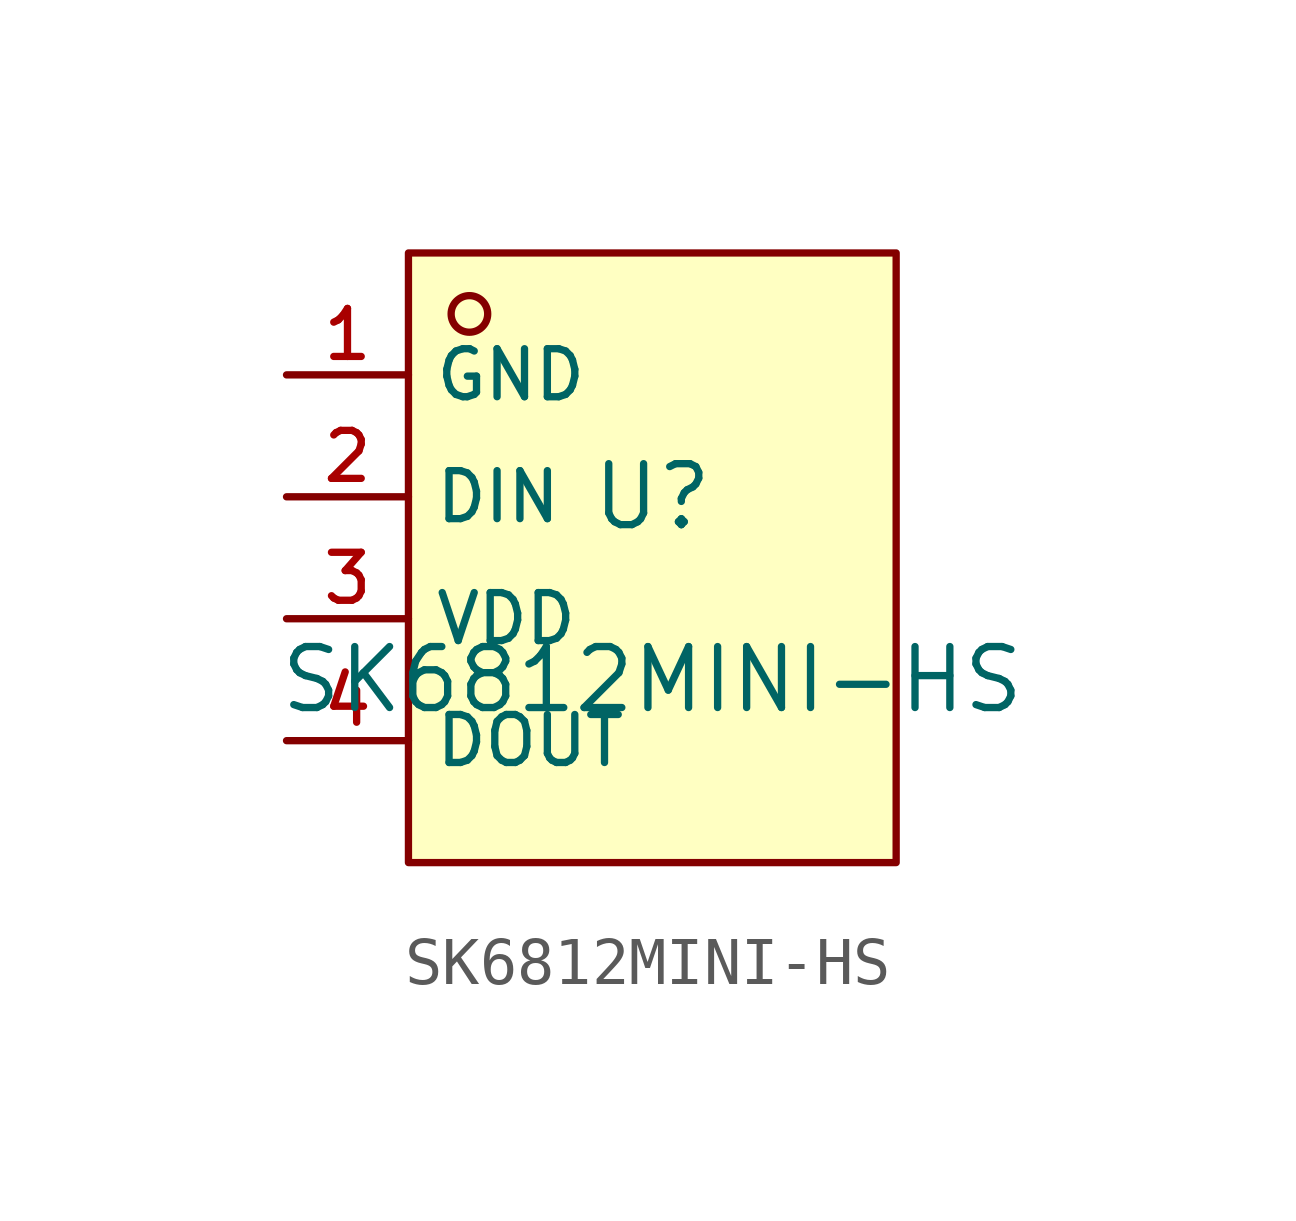
<source format=kicad_sym>
(kicad_symbol_lib
  (version 20210201)
  (generator TousstNicolas/JLC2KiCad_lib)
  (symbol "SK6812MINI-HS"
    (property "Reference" "U"
      (at 0 1.27 0)
      (effects (font (size 1.27 1.27))))
    (property "Value" "SK6812MINI-HS"
      (at 0 -2.54 0)
      (effects (font (size 1.27 1.27))))
    (symbol "SK6812MINI-HS_0_1"
      (rectangle (start -5.08 6.35) (end 5.08 -6.35) (stroke (width 0) (type default) (color 0 0 0 0)) (fill (type background)))
      (circle (center -3.81 5.08) (radius 0.381) (stroke (width 0) (type default) (color 0 0 0 0)) (fill (type background)))
      (pin unspecified line (at -7.62 3.81 0) (length 2.54) (name "GND" (effects (font (size 1 1)))) (number "1" (effects (font (size 1 1)))))
      (pin unspecified line (at -7.62 1.27 0) (length 2.54) (name "DIN" (effects (font (size 1 1)))) (number "2" (effects (font (size 1 1)))))
      (pin unspecified line (at -7.62 -1.27 0) (length 2.54) (name "VDD" (effects (font (size 1 1)))) (number "3" (effects (font (size 1 1)))))
      (pin unspecified line (at -7.62 -3.81 0) (length 2.54) (name "DOUT" (effects (font (size 1 1)))) (number "4" (effects (font (size 1 1))))))))
</source>
